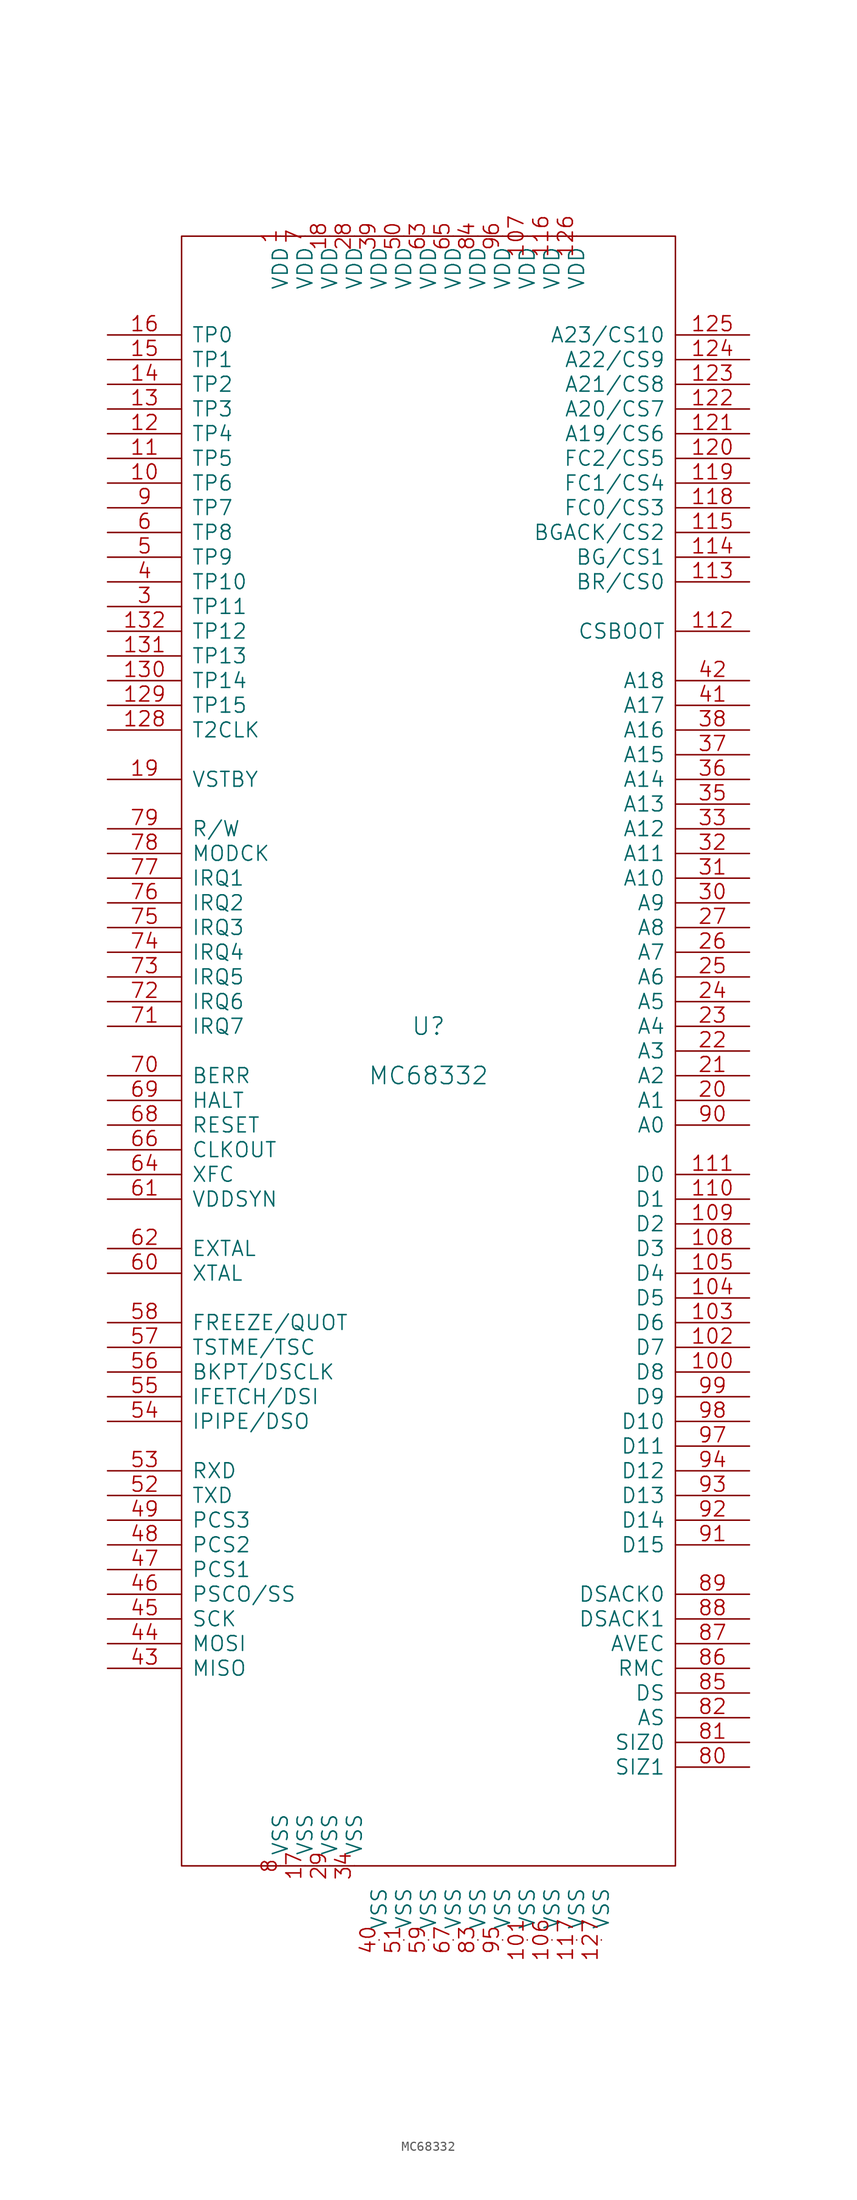
<source format=kicad_sym>
(kicad_symbol_lib
  (version 20211014)
  (generator kicad_symbol_editor)
  (symbol "MC68332"
    (pin_names
      (offset 1.016))
    (property "Reference" "U"
      (at 0 2.54 0)
      (effects (font (size 1.778 1.778))))
    (property "Value" "MC68332"
      (at 0 -2.54 0)
      (effects (font (size 1.778 1.778))))
    (property "Footprint" ""
      (at 0 0 0)
      (effects (font (size 1.524 1.524))))
    (property "Datasheet" ""
      (at 0 0 0)
      (effects (font (size 1.524 1.524))))
    (symbol "MC68332_0_0"
      (pin power_in line (at -17.78 -83.82 90) (length 0) hide (name "VSS" (effects (font (size 1.524 1.524)))) (number "2" (effects (font (size 1.524 1.524))))))
    (symbol "MC68332_0_1"
      (rectangle (start -25.4 -83.82) (end 25.4 83.82) (stroke (width 0) (type default) (color 0 0 0 0)) (fill (type none))))
    (symbol "MC68332_1_1"
      (pin passive line (at -15.24 83.82 270) (length 0) (name "VDD" (effects (font (size 1.524 1.524)))) (number "1" (effects (font (size 1.524 1.524)))))
      (pin input line (at -33.02 58.42 0) (length 7.62) (name "TP6" (effects (font (size 1.524 1.524)))) (number "10" (effects (font (size 1.524 1.524)))))
      (pin input line (at 33.02 -33.02 180) (length 7.62) (name "D8" (effects (font (size 1.524 1.524)))) (number "100" (effects (font (size 1.524 1.524)))))
      (pin passive line (at 10.16 -91.44 90) (length 0) (name "VSS" (effects (font (size 1.524 1.524)))) (number "101" (effects (font (size 1.524 1.524)))))
      (pin input line (at 33.02 -30.48 180) (length 7.62) (name "D7" (effects (font (size 1.524 1.524)))) (number "102" (effects (font (size 1.524 1.524)))))
      (pin input line (at 33.02 -27.94 180) (length 7.62) (name "D6" (effects (font (size 1.524 1.524)))) (number "103" (effects (font (size 1.524 1.524)))))
      (pin input line (at 33.02 -25.4 180) (length 7.62) (name "D5" (effects (font (size 1.524 1.524)))) (number "104" (effects (font (size 1.524 1.524)))))
      (pin input line (at 33.02 -22.86 180) (length 7.62) (name "D4" (effects (font (size 1.524 1.524)))) (number "105" (effects (font (size 1.524 1.524)))))
      (pin passive line (at 12.7 -91.44 90) (length 0) (name "VSS" (effects (font (size 1.524 1.524)))) (number "106" (effects (font (size 1.524 1.524)))))
      (pin passive line (at 10.16 83.82 270) (length 0) (name "VDD" (effects (font (size 1.524 1.524)))) (number "107" (effects (font (size 1.524 1.524)))))
      (pin input line (at 33.02 -20.32 180) (length 7.62) (name "D3" (effects (font (size 1.524 1.524)))) (number "108" (effects (font (size 1.524 1.524)))))
      (pin input line (at 33.02 -17.78 180) (length 7.62) (name "D2" (effects (font (size 1.524 1.524)))) (number "109" (effects (font (size 1.524 1.524)))))
      (pin input line (at -33.02 60.96 0) (length 7.62) (name "TP5" (effects (font (size 1.524 1.524)))) (number "11" (effects (font (size 1.524 1.524)))))
      (pin input line (at 33.02 -15.24 180) (length 7.62) (name "D1" (effects (font (size 1.524 1.524)))) (number "110" (effects (font (size 1.524 1.524)))))
      (pin input line (at 33.02 -12.7 180) (length 7.62) (name "D0" (effects (font (size 1.524 1.524)))) (number "111" (effects (font (size 1.524 1.524)))))
      (pin output line (at 33.02 43.18 180) (length 7.62) (name "CSBOOT" (effects (font (size 1.524 1.524)))) (number "112" (effects (font (size 1.524 1.524)))))
      (pin input line (at 33.02 48.26 180) (length 7.62) (name "BR/CS0" (effects (font (size 1.524 1.524)))) (number "113" (effects (font (size 1.524 1.524)))))
      (pin output line (at 33.02 50.8 180) (length 7.62) (name "BG/CS1" (effects (font (size 1.524 1.524)))) (number "114" (effects (font (size 1.524 1.524)))))
      (pin input line (at 33.02 53.34 180) (length 7.62) (name "BGACK/CS2" (effects (font (size 1.524 1.524)))) (number "115" (effects (font (size 1.524 1.524)))))
      (pin passive line (at 12.7 83.82 270) (length 0) (name "VDD" (effects (font (size 1.524 1.524)))) (number "116" (effects (font (size 1.524 1.524)))))
      (pin passive line (at 15.24 -91.44 90) (length 0) (name "VSS" (effects (font (size 1.524 1.524)))) (number "117" (effects (font (size 1.524 1.524)))))
      (pin output line (at 33.02 55.88 180) (length 7.62) (name "FC0/CS3" (effects (font (size 1.524 1.524)))) (number "118" (effects (font (size 1.524 1.524)))))
      (pin output line (at 33.02 58.42 180) (length 7.62) (name "FC1/CS4" (effects (font (size 1.524 1.524)))) (number "119" (effects (font (size 1.524 1.524)))))
      (pin input line (at -33.02 63.5 0) (length 7.62) (name "TP4" (effects (font (size 1.524 1.524)))) (number "12" (effects (font (size 1.524 1.524)))))
      (pin output line (at 33.02 60.96 180) (length 7.62) (name "FC2/CS5" (effects (font (size 1.524 1.524)))) (number "120" (effects (font (size 1.524 1.524)))))
      (pin output line (at 33.02 63.5 180) (length 7.62) (name "A19/CS6" (effects (font (size 1.524 1.524)))) (number "121" (effects (font (size 1.524 1.524)))))
      (pin output line (at 33.02 66.04 180) (length 7.62) (name "A20/CS7" (effects (font (size 1.524 1.524)))) (number "122" (effects (font (size 1.524 1.524)))))
      (pin output line (at 33.02 68.58 180) (length 7.62) (name "A21/CS8" (effects (font (size 1.524 1.524)))) (number "123" (effects (font (size 1.524 1.524)))))
      (pin output line (at 33.02 71.12 180) (length 7.62) (name "A22/CS9" (effects (font (size 1.524 1.524)))) (number "124" (effects (font (size 1.524 1.524)))))
      (pin output line (at 33.02 73.66 180) (length 7.62) (name "A23/CS10" (effects (font (size 1.524 1.524)))) (number "125" (effects (font (size 1.524 1.524)))))
      (pin passive line (at 15.24 83.82 270) (length 0) (name "VDD" (effects (font (size 1.524 1.524)))) (number "126" (effects (font (size 1.524 1.524)))))
      (pin passive line (at 17.78 -91.44 90) (length 0) (name "VSS" (effects (font (size 1.524 1.524)))) (number "127" (effects (font (size 1.524 1.524)))))
      (pin input line (at -33.02 33.02 0) (length 7.62) (name "T2CLK" (effects (font (size 1.524 1.524)))) (number "128" (effects (font (size 1.524 1.524)))))
      (pin input line (at -33.02 35.56 0) (length 7.62) (name "TP15" (effects (font (size 1.524 1.524)))) (number "129" (effects (font (size 1.524 1.524)))))
      (pin input line (at -33.02 66.04 0) (length 7.62) (name "TP3" (effects (font (size 1.524 1.524)))) (number "13" (effects (font (size 1.524 1.524)))))
      (pin input line (at -33.02 38.1 0) (length 7.62) (name "TP14" (effects (font (size 1.524 1.524)))) (number "130" (effects (font (size 1.524 1.524)))))
      (pin input line (at -33.02 40.64 0) (length 7.62) (name "TP13" (effects (font (size 1.524 1.524)))) (number "131" (effects (font (size 1.524 1.524)))))
      (pin input line (at -33.02 43.18 0) (length 7.62) (name "TP12" (effects (font (size 1.524 1.524)))) (number "132" (effects (font (size 1.524 1.524)))))
      (pin input line (at -33.02 68.58 0) (length 7.62) (name "TP2" (effects (font (size 1.524 1.524)))) (number "14" (effects (font (size 1.524 1.524)))))
      (pin input line (at -33.02 71.12 0) (length 7.62) (name "TP1" (effects (font (size 1.524 1.524)))) (number "15" (effects (font (size 1.524 1.524)))))
      (pin input line (at -33.02 73.66 0) (length 7.62) (name "TP0" (effects (font (size 1.524 1.524)))) (number "16" (effects (font (size 1.524 1.524)))))
      (pin passive line (at -12.7 -83.82 90) (length 0) (name "VSS" (effects (font (size 1.524 1.524)))) (number "17" (effects (font (size 1.524 1.524)))))
      (pin passive line (at -10.16 83.82 270) (length 0) (name "VDD" (effects (font (size 1.524 1.524)))) (number "18" (effects (font (size 1.524 1.524)))))
      (pin input line (at -33.02 27.94 0) (length 7.62) (name "VSTBY" (effects (font (size 1.524 1.524)))) (number "19" (effects (font (size 1.524 1.524)))))
      (pin output line (at 33.02 -5.08 180) (length 7.62) (name "A1" (effects (font (size 1.524 1.524)))) (number "20" (effects (font (size 1.524 1.524)))))
      (pin output line (at 33.02 -2.54 180) (length 7.62) (name "A2" (effects (font (size 1.524 1.524)))) (number "21" (effects (font (size 1.524 1.524)))))
      (pin output line (at 33.02 0 180) (length 7.62) (name "A3" (effects (font (size 1.524 1.524)))) (number "22" (effects (font (size 1.524 1.524)))))
      (pin output line (at 33.02 2.54 180) (length 7.62) (name "A4" (effects (font (size 1.524 1.524)))) (number "23" (effects (font (size 1.524 1.524)))))
      (pin output line (at 33.02 5.08 180) (length 7.62) (name "A5" (effects (font (size 1.524 1.524)))) (number "24" (effects (font (size 1.524 1.524)))))
      (pin output line (at 33.02 7.62 180) (length 7.62) (name "A6" (effects (font (size 1.524 1.524)))) (number "25" (effects (font (size 1.524 1.524)))))
      (pin output line (at 33.02 10.16 180) (length 7.62) (name "A7" (effects (font (size 1.524 1.524)))) (number "26" (effects (font (size 1.524 1.524)))))
      (pin output line (at 33.02 12.7 180) (length 7.62) (name "A8" (effects (font (size 1.524 1.524)))) (number "27" (effects (font (size 1.524 1.524)))))
      (pin passive line (at -7.62 83.82 270) (length 0) (name "VDD" (effects (font (size 1.524 1.524)))) (number "28" (effects (font (size 1.524 1.524)))))
      (pin passive line (at -10.16 -83.82 90) (length 0) (name "VSS" (effects (font (size 1.524 1.524)))) (number "29" (effects (font (size 1.524 1.524)))))
      (pin input line (at -33.02 45.72 0) (length 7.62) (name "TP11" (effects (font (size 1.524 1.524)))) (number "3" (effects (font (size 1.524 1.524)))))
      (pin output line (at 33.02 15.24 180) (length 7.62) (name "A9" (effects (font (size 1.524 1.524)))) (number "30" (effects (font (size 1.524 1.524)))))
      (pin output line (at 33.02 17.78 180) (length 7.62) (name "A10" (effects (font (size 1.524 1.524)))) (number "31" (effects (font (size 1.524 1.524)))))
      (pin output line (at 33.02 20.32 180) (length 7.62) (name "A11" (effects (font (size 1.524 1.524)))) (number "32" (effects (font (size 1.524 1.524)))))
      (pin output line (at 33.02 22.86 180) (length 7.62) (name "A12" (effects (font (size 1.524 1.524)))) (number "33" (effects (font (size 1.524 1.524)))))
      (pin passive line (at -7.62 -83.82 90) (length 0) (name "VSS" (effects (font (size 1.524 1.524)))) (number "34" (effects (font (size 1.524 1.524)))))
      (pin output line (at 33.02 25.4 180) (length 7.62) (name "A13" (effects (font (size 1.524 1.524)))) (number "35" (effects (font (size 1.524 1.524)))))
      (pin output line (at 33.02 27.94 180) (length 7.62) (name "A14" (effects (font (size 1.524 1.524)))) (number "36" (effects (font (size 1.524 1.524)))))
      (pin output line (at 33.02 30.48 180) (length 7.62) (name "A15" (effects (font (size 1.524 1.524)))) (number "37" (effects (font (size 1.524 1.524)))))
      (pin output line (at 33.02 33.02 180) (length 7.62) (name "A16" (effects (font (size 1.524 1.524)))) (number "38" (effects (font (size 1.524 1.524)))))
      (pin passive line (at -5.08 83.82 270) (length 0) (name "VDD" (effects (font (size 1.524 1.524)))) (number "39" (effects (font (size 1.524 1.524)))))
      (pin input line (at -33.02 48.26 0) (length 7.62) (name "TP10" (effects (font (size 1.524 1.524)))) (number "4" (effects (font (size 1.524 1.524)))))
      (pin passive line (at -5.08 -91.44 90) (length 0) (name "VSS" (effects (font (size 1.524 1.524)))) (number "40" (effects (font (size 1.524 1.524)))))
      (pin output line (at 33.02 35.56 180) (length 7.62) (name "A17" (effects (font (size 1.524 1.524)))) (number "41" (effects (font (size 1.524 1.524)))))
      (pin output line (at 33.02 38.1 180) (length 7.62) (name "A18" (effects (font (size 1.524 1.524)))) (number "42" (effects (font (size 1.524 1.524)))))
      (pin input line (at -33.02 -63.5 0) (length 7.62) (name "MISO" (effects (font (size 1.524 1.524)))) (number "43" (effects (font (size 1.524 1.524)))))
      (pin input line (at -33.02 -60.96 0) (length 7.62) (name "MOSI" (effects (font (size 1.524 1.524)))) (number "44" (effects (font (size 1.524 1.524)))))
      (pin input line (at -33.02 -58.42 0) (length 7.62) (name "SCK" (effects (font (size 1.524 1.524)))) (number "45" (effects (font (size 1.524 1.524)))))
      (pin input line (at -33.02 -55.88 0) (length 7.62) (name "PSCO/SS" (effects (font (size 1.524 1.524)))) (number "46" (effects (font (size 1.524 1.524)))))
      (pin input line (at -33.02 -53.34 0) (length 7.62) (name "PCS1" (effects (font (size 1.524 1.524)))) (number "47" (effects (font (size 1.524 1.524)))))
      (pin input line (at -33.02 -50.8 0) (length 7.62) (name "PCS2" (effects (font (size 1.524 1.524)))) (number "48" (effects (font (size 1.524 1.524)))))
      (pin input line (at -33.02 -48.26 0) (length 7.62) (name "PCS3" (effects (font (size 1.524 1.524)))) (number "49" (effects (font (size 1.524 1.524)))))
      (pin input line (at -33.02 50.8 0) (length 7.62) (name "TP9" (effects (font (size 1.524 1.524)))) (number "5" (effects (font (size 1.524 1.524)))))
      (pin passive line (at -2.54 83.82 270) (length 0) (name "VDD" (effects (font (size 1.524 1.524)))) (number "50" (effects (font (size 1.524 1.524)))))
      (pin passive line (at -2.54 -91.44 90) (length 0) (name "VSS" (effects (font (size 1.524 1.524)))) (number "51" (effects (font (size 1.524 1.524)))))
      (pin input line (at -33.02 -45.72 0) (length 7.62) (name "TXD" (effects (font (size 1.524 1.524)))) (number "52" (effects (font (size 1.524 1.524)))))
      (pin input line (at -33.02 -43.18 0) (length 7.62) (name "RXD" (effects (font (size 1.524 1.524)))) (number "53" (effects (font (size 1.524 1.524)))))
      (pin output line (at -33.02 -38.1 0) (length 7.62) (name "IPIPE/DSO" (effects (font (size 1.524 1.524)))) (number "54" (effects (font (size 1.524 1.524)))))
      (pin input line (at -33.02 -35.56 0) (length 7.62) (name "IFETCH/DSI" (effects (font (size 1.524 1.524)))) (number "55" (effects (font (size 1.524 1.524)))))
      (pin input line (at -33.02 -33.02 0) (length 7.62) (name "BKPT/DSCLK" (effects (font (size 1.524 1.524)))) (number "56" (effects (font (size 1.524 1.524)))))
      (pin input line (at -33.02 -30.48 0) (length 7.62) (name "TSTME/TSC" (effects (font (size 1.524 1.524)))) (number "57" (effects (font (size 1.524 1.524)))))
      (pin output line (at -33.02 -27.94 0) (length 7.62) (name "FREEZE/QUOT" (effects (font (size 1.524 1.524)))) (number "58" (effects (font (size 1.524 1.524)))))
      (pin passive line (at 0 -91.44 90) (length 0) (name "VSS" (effects (font (size 1.524 1.524)))) (number "59" (effects (font (size 1.524 1.524)))))
      (pin input line (at -33.02 53.34 0) (length 7.62) (name "TP8" (effects (font (size 1.524 1.524)))) (number "6" (effects (font (size 1.524 1.524)))))
      (pin output line (at -33.02 -22.86 0) (length 7.62) (name "XTAL" (effects (font (size 1.524 1.524)))) (number "60" (effects (font (size 1.524 1.524)))))
      (pin input line (at -33.02 -15.24 0) (length 7.62) (name "VDDSYN" (effects (font (size 1.524 1.524)))) (number "61" (effects (font (size 1.524 1.524)))))
      (pin input line (at -33.02 -20.32 0) (length 7.62) (name "EXTAL" (effects (font (size 1.524 1.524)))) (number "62" (effects (font (size 1.524 1.524)))))
      (pin passive line (at 0 83.82 270) (length 0) (name "VDD" (effects (font (size 1.524 1.524)))) (number "63" (effects (font (size 1.524 1.524)))))
      (pin input line (at -33.02 -12.7 0) (length 7.62) (name "XFC" (effects (font (size 1.524 1.524)))) (number "64" (effects (font (size 1.524 1.524)))))
      (pin passive line (at 2.54 83.82 270) (length 0) (name "VDD" (effects (font (size 1.524 1.524)))) (number "65" (effects (font (size 1.524 1.524)))))
      (pin output line (at -33.02 -10.16 0) (length 7.62) (name "CLKOUT" (effects (font (size 1.524 1.524)))) (number "66" (effects (font (size 1.524 1.524)))))
      (pin passive line (at 2.54 -91.44 90) (length 0) (name "VSS" (effects (font (size 1.524 1.524)))) (number "67" (effects (font (size 1.524 1.524)))))
      (pin input line (at -33.02 -7.62 0) (length 7.62) (name "RESET" (effects (font (size 1.524 1.524)))) (number "68" (effects (font (size 1.524 1.524)))))
      (pin input line (at -33.02 -5.08 0) (length 7.62) (name "HALT" (effects (font (size 1.524 1.524)))) (number "69" (effects (font (size 1.524 1.524)))))
      (pin passive line (at -12.7 83.82 270) (length 0) (name "VDD" (effects (font (size 1.524 1.524)))) (number "7" (effects (font (size 1.524 1.524)))))
      (pin input line (at -33.02 -2.54 0) (length 7.62) (name "BERR" (effects (font (size 1.524 1.524)))) (number "70" (effects (font (size 1.524 1.524)))))
      (pin input line (at -33.02 2.54 0) (length 7.62) (name "IRQ7" (effects (font (size 1.524 1.524)))) (number "71" (effects (font (size 1.524 1.524)))))
      (pin input line (at -33.02 5.08 0) (length 7.62) (name "IRQ6" (effects (font (size 1.524 1.524)))) (number "72" (effects (font (size 1.524 1.524)))))
      (pin input line (at -33.02 7.62 0) (length 7.62) (name "IRQ5" (effects (font (size 1.524 1.524)))) (number "73" (effects (font (size 1.524 1.524)))))
      (pin input line (at -33.02 10.16 0) (length 7.62) (name "IRQ4" (effects (font (size 1.524 1.524)))) (number "74" (effects (font (size 1.524 1.524)))))
      (pin input line (at -33.02 12.7 0) (length 7.62) (name "IRQ3" (effects (font (size 1.524 1.524)))) (number "75" (effects (font (size 1.524 1.524)))))
      (pin input line (at -33.02 15.24 0) (length 7.62) (name "IRQ2" (effects (font (size 1.524 1.524)))) (number "76" (effects (font (size 1.524 1.524)))))
      (pin input line (at -33.02 17.78 0) (length 7.62) (name "IRQ1" (effects (font (size 1.524 1.524)))) (number "77" (effects (font (size 1.524 1.524)))))
      (pin input line (at -33.02 20.32 0) (length 7.62) (name "MODCK" (effects (font (size 1.524 1.524)))) (number "78" (effects (font (size 1.524 1.524)))))
      (pin input line (at -33.02 22.86 0) (length 7.62) (name "R/W" (effects (font (size 1.524 1.524)))) (number "79" (effects (font (size 1.524 1.524)))))
      (pin passive line (at -15.24 -83.82 90) (length 0) (name "VSS" (effects (font (size 1.524 1.524)))) (number "8" (effects (font (size 1.524 1.524)))))
      (pin input line (at 33.02 -73.66 180) (length 7.62) (name "SIZ1" (effects (font (size 1.524 1.524)))) (number "80" (effects (font (size 1.524 1.524)))))
      (pin input line (at 33.02 -71.12 180) (length 7.62) (name "SIZ0" (effects (font (size 1.524 1.524)))) (number "81" (effects (font (size 1.524 1.524)))))
      (pin input line (at 33.02 -68.58 180) (length 7.62) (name "AS" (effects (font (size 1.524 1.524)))) (number "82" (effects (font (size 1.524 1.524)))))
      (pin passive line (at 5.08 -91.44 90) (length 0) (name "VSS" (effects (font (size 1.524 1.524)))) (number "83" (effects (font (size 1.524 1.524)))))
      (pin passive line (at 5.08 83.82 270) (length 0) (name "VDD" (effects (font (size 1.524 1.524)))) (number "84" (effects (font (size 1.524 1.524)))))
      (pin input line (at 33.02 -66.04 180) (length 7.62) (name "DS" (effects (font (size 1.524 1.524)))) (number "85" (effects (font (size 1.524 1.524)))))
      (pin input line (at 33.02 -63.5 180) (length 7.62) (name "RMC" (effects (font (size 1.524 1.524)))) (number "86" (effects (font (size 1.524 1.524)))))
      (pin input line (at 33.02 -60.96 180) (length 7.62) (name "AVEC" (effects (font (size 1.524 1.524)))) (number "87" (effects (font (size 1.524 1.524)))))
      (pin input line (at 33.02 -58.42 180) (length 7.62) (name "DSACK1" (effects (font (size 1.524 1.524)))) (number "88" (effects (font (size 1.524 1.524)))))
      (pin input line (at 33.02 -55.88 180) (length 7.62) (name "DSACK0" (effects (font (size 1.524 1.524)))) (number "89" (effects (font (size 1.524 1.524)))))
      (pin input line (at -33.02 55.88 0) (length 7.62) (name "TP7" (effects (font (size 1.524 1.524)))) (number "9" (effects (font (size 1.524 1.524)))))
      (pin output line (at 33.02 -7.62 180) (length 7.62) (name "A0" (effects (font (size 1.524 1.524)))) (number "90" (effects (font (size 1.524 1.524)))))
      (pin input line (at 33.02 -50.8 180) (length 7.62) (name "D15" (effects (font (size 1.524 1.524)))) (number "91" (effects (font (size 1.524 1.524)))))
      (pin input line (at 33.02 -48.26 180) (length 7.62) (name "D14" (effects (font (size 1.524 1.524)))) (number "92" (effects (font (size 1.524 1.524)))))
      (pin input line (at 33.02 -45.72 180) (length 7.62) (name "D13" (effects (font (size 1.524 1.524)))) (number "93" (effects (font (size 1.524 1.524)))))
      (pin input line (at 33.02 -43.18 180) (length 7.62) (name "D12" (effects (font (size 1.524 1.524)))) (number "94" (effects (font (size 1.524 1.524)))))
      (pin passive line (at 7.62 -91.44 90) (length 0) (name "VSS" (effects (font (size 1.524 1.524)))) (number "95" (effects (font (size 1.524 1.524)))))
      (pin passive line (at 7.62 83.82 270) (length 0) (name "VDD" (effects (font (size 1.524 1.524)))) (number "96" (effects (font (size 1.524 1.524)))))
      (pin input line (at 33.02 -40.64 180) (length 7.62) (name "D11" (effects (font (size 1.524 1.524)))) (number "97" (effects (font (size 1.524 1.524)))))
      (pin input line (at 33.02 -38.1 180) (length 7.62) (name "D10" (effects (font (size 1.524 1.524)))) (number "98" (effects (font (size 1.524 1.524)))))
      (pin input line (at 33.02 -35.56 180) (length 7.62) (name "D9" (effects (font (size 1.524 1.524)))) (number "99" (effects (font (size 1.524 1.524))))))))
</source>
